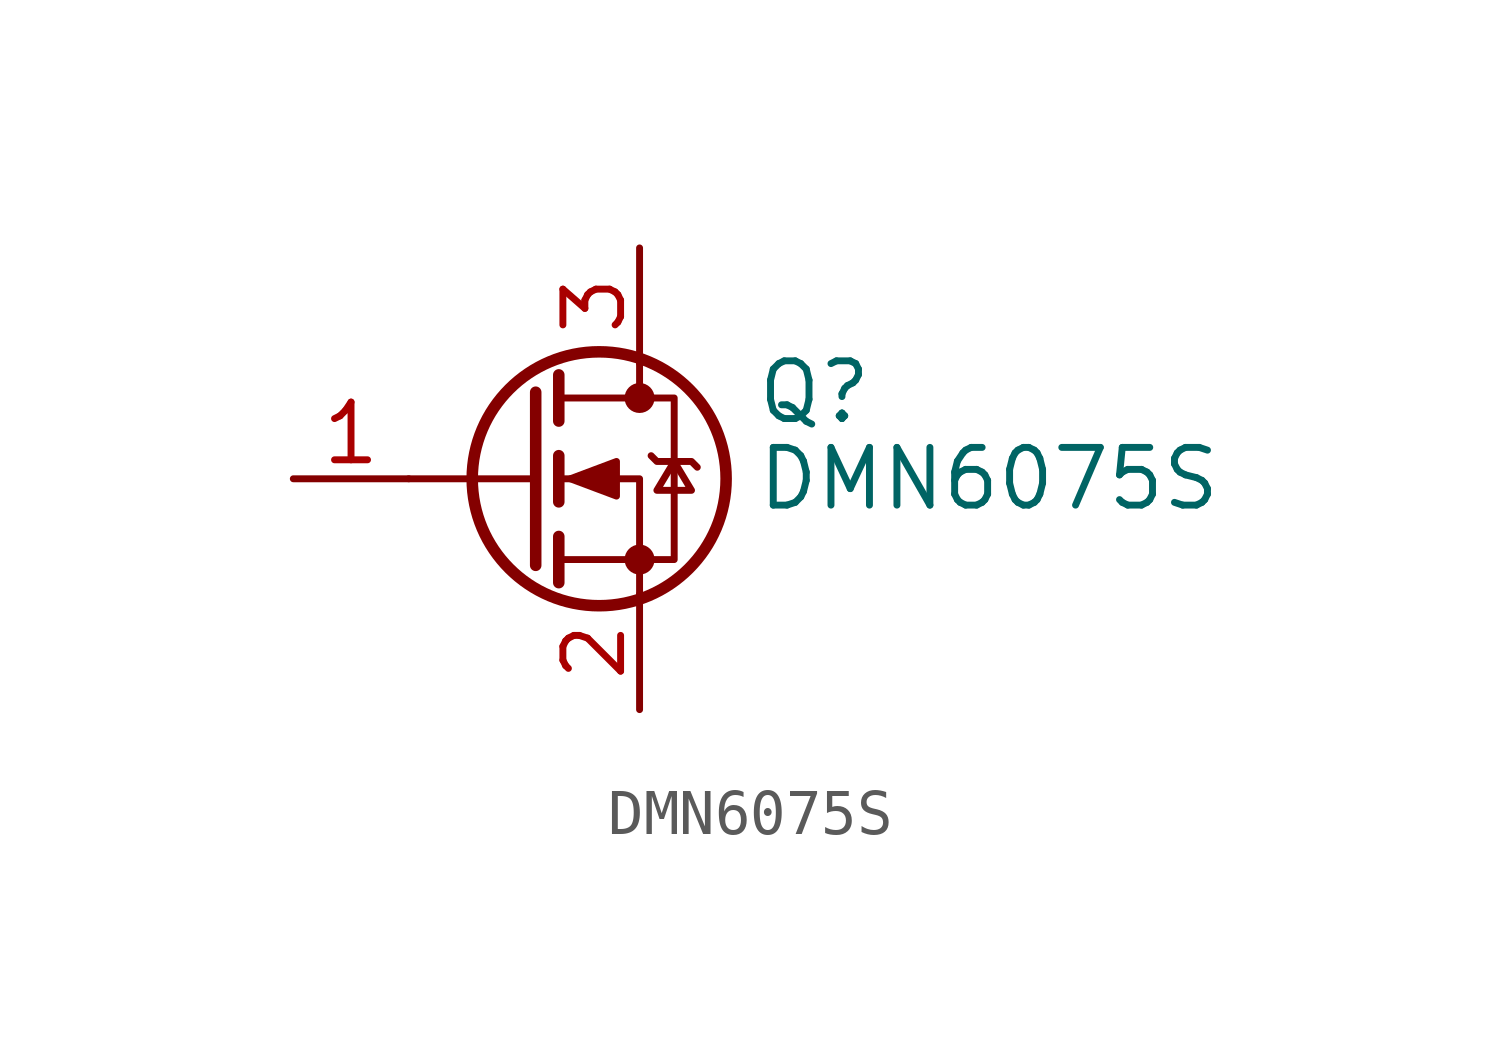
<source format=kicad_sym>
(kicad_symbol_lib
  (version 20241209)
  (generator "kicad_symbol_editor")
  (generator_version "9.0")
  (symbol "DMN6075S"
    (pin_names
      (hide yes))
    (property "Reference" "Q"
      (at 5.08 1.905 0)
      (effects (font (size 1.27 1.27)) (justify left)))
    (property "Value" "DMN6075S"
      (at 5.08 0 0)
      (effects (font (size 1.27 1.27)) (justify left)))
    (symbol "DMN6075S_0_1"
      (polyline (pts (xy 0.254 1.905) (xy 0.254 -1.905)) (stroke (width 0.254) (type default)) (fill (type none)))
      (polyline (pts (xy 0.254 0) (xy -2.54 0)) (stroke (width 0) (type default)) (fill (type none)))
      (polyline (pts (xy 0.762 2.286) (xy 0.762 1.27)) (stroke (width 0.254) (type default)) (fill (type none)))
      (polyline (pts (xy 0.762 0.508) (xy 0.762 -0.508)) (stroke (width 0.254) (type default)) (fill (type none)))
      (polyline (pts (xy 0.762 -1.27) (xy 0.762 -2.286)) (stroke (width 0.254) (type default)) (fill (type none)))
      (polyline (pts (xy 0.762 -1.778) (xy 3.302 -1.778) (xy 3.302 1.778) (xy 0.762 1.778)) (stroke (width 0) (type default)) (fill (type none)))
      (polyline (pts (xy 1.016 0) (xy 2.032 0.381) (xy 2.032 -0.381) (xy 1.016 0)) (stroke (width 0) (type default)) (fill (type outline)))
      (circle (center 1.651 0) (radius 2.794) (stroke (width 0.254) (type default)) (fill (type none)))
      (polyline (pts (xy 2.54 2.54) (xy 2.54 1.778)) (stroke (width 0) (type default)) (fill (type none)))
      (circle (center 2.54 1.778) (radius 0.254) (stroke (width 0) (type default)) (fill (type outline)))
      (circle (center 2.54 -1.778) (radius 0.254) (stroke (width 0) (type default)) (fill (type outline)))
      (polyline (pts (xy 2.54 -2.54) (xy 2.54 0) (xy 0.762 0)) (stroke (width 0) (type default)) (fill (type none)))
      (polyline (pts (xy 2.794 0.508) (xy 2.921 0.381) (xy 3.683 0.381) (xy 3.81 0.254)) (stroke (width 0) (type default)) (fill (type none)))
      (polyline (pts (xy 3.302 0.381) (xy 2.921 -0.254) (xy 3.683 -0.254) (xy 3.302 0.381)) (stroke (width 0) (type default)) (fill (type none))))
    (symbol "DMN6075S_1_1"
      (pin input line (at -5.08 0 0) (length 2.54) (name "G" (effects (font (size 1.27 1.27)))) (number "1" (effects (font (size 1.27 1.27)))))
      (pin passive line (at 2.54 5.08 270) (length 2.54) (name "D" (effects (font (size 1.27 1.27)))) (number "3" (effects (font (size 1.27 1.27)))))
      (pin passive line (at 2.54 -5.08 90) (length 2.54) (name "S" (effects (font (size 1.27 1.27)))) (number "2" (effects (font (size 1.27 1.27))))))))
</source>
